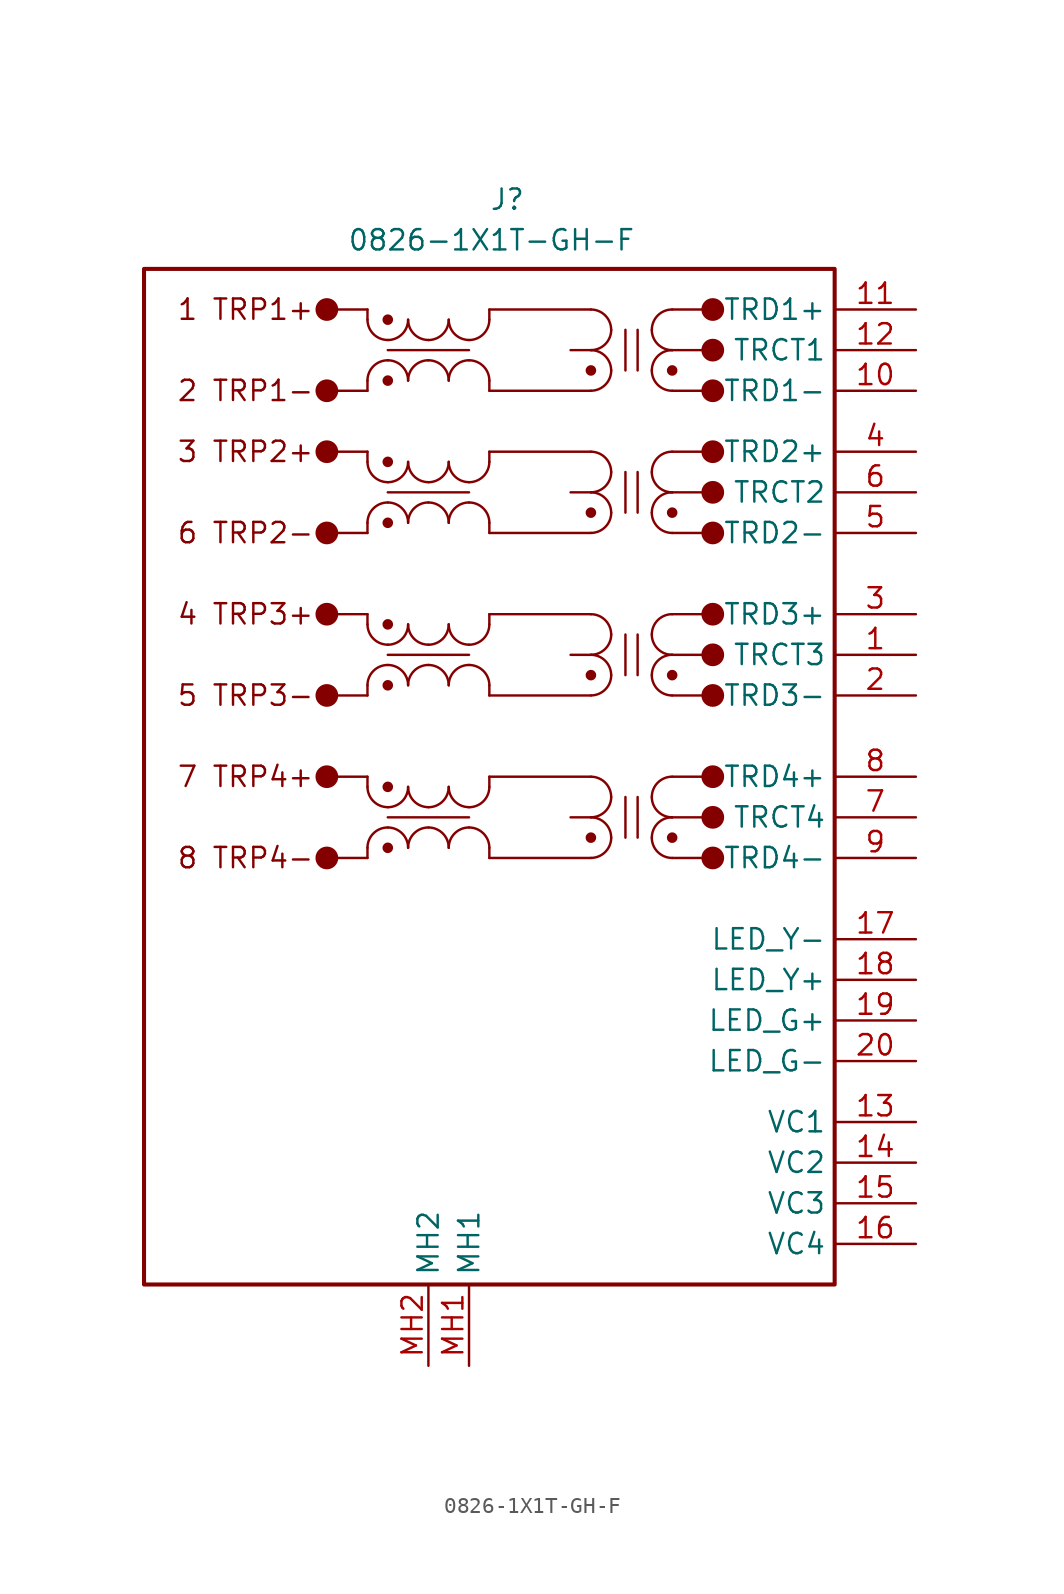
<source format=kicad_sym>
(kicad_symbol_lib
  (version 20220914)
  (generator kicad_symbol_editor)
  (symbol "0826-1X1T-GH-F"
    (property "Reference" "J"
      (at 7.62 7.62 0)
      (effects (font (size 1.27 1.27)) (justify left top)))
    (property "Value" "0826-1X1T-GH-F"
      (at -1.27 5.08 0)
      (effects (font (size 1.27 1.27)) (justify left top)))
    (symbol "0826-1X1T-GH-F_1_0"
      (polyline (pts (xy 0 -34.29) (xy -2.54 -34.29)) (stroke (width 0) (type solid)) (fill (type none)))
      (polyline (pts (xy 0 -34.29) (xy 0 -33.655)) (stroke (width 0) (type solid)) (fill (type none)))
      (polyline (pts (xy 0 -29.21) (xy -2.54 -29.21)) (stroke (width 0) (type solid)) (fill (type none)))
      (polyline (pts (xy 0 -29.21) (xy 0 -29.845)) (stroke (width 0) (type solid)) (fill (type none)))
      (polyline (pts (xy 0 -24.13) (xy -2.54 -24.13)) (stroke (width 0) (type solid)) (fill (type none)))
      (polyline (pts (xy 0 -24.13) (xy 0 -23.495)) (stroke (width 0) (type solid)) (fill (type none)))
      (polyline (pts (xy 0 -19.05) (xy -2.54 -19.05)) (stroke (width 0) (type solid)) (fill (type none)))
      (polyline (pts (xy 0 -19.05) (xy 0 -19.685)) (stroke (width 0) (type solid)) (fill (type none)))
      (polyline (pts (xy 0 -13.97) (xy -2.54 -13.97)) (stroke (width 0) (type solid)) (fill (type none)))
      (polyline (pts (xy 0 -13.97) (xy 0 -13.335)) (stroke (width 0) (type solid)) (fill (type none)))
      (polyline (pts (xy 0 -8.89) (xy -2.54 -8.89)) (stroke (width 0) (type solid)) (fill (type none)))
      (polyline (pts (xy 0 -8.89) (xy 0 -9.525)) (stroke (width 0) (type solid)) (fill (type none)))
      (polyline (pts (xy 0 -5.08) (xy -2.54 -5.08)) (stroke (width 0) (type solid)) (fill (type none)))
      (polyline (pts (xy 0 -5.08) (xy 0 -4.445)) (stroke (width 0) (type solid)) (fill (type none)))
      (polyline (pts (xy 0 0) (xy -2.54 0)) (stroke (width 0) (type solid)) (fill (type none)))
      (polyline (pts (xy 0 0) (xy 0 -0.635)) (stroke (width 0) (type solid)) (fill (type none)))
      (polyline (pts (xy 1.27 -31.75) (xy 6.35 -31.75)) (stroke (width 0) (type solid)) (fill (type none)))
      (polyline (pts (xy 1.27 -21.59) (xy 6.35 -21.59)) (stroke (width 0) (type solid)) (fill (type none)))
      (polyline (pts (xy 1.27 -11.43) (xy 6.35 -11.43)) (stroke (width 0) (type solid)) (fill (type none)))
      (polyline (pts (xy 1.27 -2.54) (xy 6.35 -2.54)) (stroke (width 0) (type solid)) (fill (type none)))
      (polyline (pts (xy 7.62 -34.29) (xy 13.97 -34.29)) (stroke (width 0) (type solid)) (fill (type none)))
      (polyline (pts (xy 7.62 -33.655) (xy 7.62 -34.29)) (stroke (width 0) (type solid)) (fill (type none)))
      (polyline (pts (xy 7.62 -29.845) (xy 7.62 -29.21)) (stroke (width 0) (type solid)) (fill (type none)))
      (polyline (pts (xy 7.62 -29.21) (xy 13.97 -29.21)) (stroke (width 0) (type solid)) (fill (type none)))
      (polyline (pts (xy 7.62 -24.13) (xy 13.97 -24.13)) (stroke (width 0) (type solid)) (fill (type none)))
      (polyline (pts (xy 7.62 -23.495) (xy 7.62 -24.13)) (stroke (width 0) (type solid)) (fill (type none)))
      (polyline (pts (xy 7.62 -19.685) (xy 7.62 -19.05)) (stroke (width 0) (type solid)) (fill (type none)))
      (polyline (pts (xy 7.62 -19.05) (xy 13.97 -19.05)) (stroke (width 0) (type solid)) (fill (type none)))
      (polyline (pts (xy 7.62 -13.97) (xy 13.97 -13.97)) (stroke (width 0) (type solid)) (fill (type none)))
      (polyline (pts (xy 7.62 -13.335) (xy 7.62 -13.97)) (stroke (width 0) (type solid)) (fill (type none)))
      (polyline (pts (xy 7.62 -9.525) (xy 7.62 -8.89)) (stroke (width 0) (type solid)) (fill (type none)))
      (polyline (pts (xy 7.62 -8.89) (xy 13.97 -8.89)) (stroke (width 0) (type solid)) (fill (type none)))
      (polyline (pts (xy 7.62 -5.08) (xy 13.97 -5.08)) (stroke (width 0) (type solid)) (fill (type none)))
      (polyline (pts (xy 7.62 -4.445) (xy 7.62 -5.08)) (stroke (width 0) (type solid)) (fill (type none)))
      (polyline (pts (xy 7.62 -0.635) (xy 7.62 0)) (stroke (width 0) (type solid)) (fill (type none)))
      (polyline (pts (xy 7.62 0) (xy 13.97 0)) (stroke (width 0) (type solid)) (fill (type none)))
      (polyline (pts (xy 13.97 -31.75) (xy 12.7 -31.75)) (stroke (width 0) (type solid)) (fill (type none)))
      (polyline (pts (xy 13.97 -21.59) (xy 12.7 -21.59)) (stroke (width 0) (type solid)) (fill (type none)))
      (polyline (pts (xy 13.97 -11.43) (xy 12.7 -11.43)) (stroke (width 0) (type solid)) (fill (type none)))
      (polyline (pts (xy 13.97 -2.54) (xy 12.7 -2.54)) (stroke (width 0) (type solid)) (fill (type none)))
      (polyline (pts (xy 16.129 -33.02) (xy 16.129 -30.48)) (stroke (width 0) (type solid)) (fill (type none)))
      (polyline (pts (xy 16.129 -22.86) (xy 16.129 -20.32)) (stroke (width 0) (type solid)) (fill (type none)))
      (polyline (pts (xy 16.129 -12.7) (xy 16.129 -10.16)) (stroke (width 0) (type solid)) (fill (type none)))
      (polyline (pts (xy 16.129 -3.81) (xy 16.129 -1.27)) (stroke (width 0) (type solid)) (fill (type none)))
      (polyline (pts (xy 16.891 -33.02) (xy 16.891 -30.48)) (stroke (width 0) (type solid)) (fill (type none)))
      (polyline (pts (xy 16.891 -22.86) (xy 16.891 -20.32)) (stroke (width 0) (type solid)) (fill (type none)))
      (polyline (pts (xy 16.891 -12.7) (xy 16.891 -10.16)) (stroke (width 0) (type solid)) (fill (type none)))
      (polyline (pts (xy 16.891 -3.81) (xy 16.891 -1.27)) (stroke (width 0) (type solid)) (fill (type none)))
      (polyline (pts (xy 19.05 -31.75) (xy 21.59 -31.75)) (stroke (width 0) (type solid)) (fill (type none)))
      (polyline (pts (xy 19.05 -29.21) (xy 21.59 -29.21)) (stroke (width 0) (type solid)) (fill (type none)))
      (polyline (pts (xy 19.05 -21.59) (xy 21.59 -21.59)) (stroke (width 0) (type solid)) (fill (type none)))
      (polyline (pts (xy 19.05 -19.05) (xy 21.59 -19.05)) (stroke (width 0) (type solid)) (fill (type none)))
      (polyline (pts (xy 19.05 -11.43) (xy 21.59 -11.43)) (stroke (width 0) (type solid)) (fill (type none)))
      (polyline (pts (xy 19.05 -8.89) (xy 21.59 -8.89)) (stroke (width 0) (type solid)) (fill (type none)))
      (polyline (pts (xy 19.05 -2.54) (xy 21.59 -2.54)) (stroke (width 0) (type solid)) (fill (type none)))
      (polyline (pts (xy 19.05 0) (xy 21.59 0)) (stroke (width 0) (type solid)) (fill (type none)))
      (polyline (pts (xy 21.59 -34.29) (xy 19.05 -34.29)) (stroke (width 0) (type solid)) (fill (type none)))
      (polyline (pts (xy 21.59 -24.13) (xy 19.05 -24.13)) (stroke (width 0) (type solid)) (fill (type none)))
      (polyline (pts (xy 21.59 -13.97) (xy 19.05 -13.97)) (stroke (width 0) (type solid)) (fill (type none)))
      (polyline (pts (xy 21.59 -5.08) (xy 19.05 -5.08)) (stroke (width 0) (type solid)) (fill (type none))))
    (symbol "0826-1X1T-GH-F_1_1"
      (rectangle (start -13.97 2.54) (end 29.21 -60.96) (stroke (width 0.254) (type default)) (fill (type none)))
      (circle (center -2.54 -34.29) (radius 0.635) (stroke (width 0) (type solid)) (fill (type outline)))
      (circle (center -2.54 -29.21) (radius 0.635) (stroke (width 0) (type solid)) (fill (type outline)))
      (circle (center -2.54 -24.13) (radius 0.635) (stroke (width 0) (type solid)) (fill (type outline)))
      (circle (center -2.54 -19.05) (radius 0.635) (stroke (width 0) (type solid)) (fill (type outline)))
      (circle (center -2.54 -13.97) (radius 0.635) (stroke (width 0) (type solid)) (fill (type outline)))
      (circle (center -2.54 -8.89) (radius 0.635) (stroke (width 0) (type solid)) (fill (type outline)))
      (circle (center -2.54 -5.08) (radius 0.635) (stroke (width 0) (type solid)) (fill (type outline)))
      (circle (center -2.54 0) (radius 0.635) (stroke (width 0) (type solid)) (fill (type outline)))
      (arc (start 0 -29.845) (mid 0.372 -30.743) (end 1.27 -31.115) (stroke (width 0) (type solid)) (fill (type none)))
      (arc (start 0 -19.685) (mid 0.372 -20.583) (end 1.27 -20.955) (stroke (width 0) (type solid)) (fill (type none)))
      (arc (start 0 -9.525) (mid 0.372 -10.423) (end 1.27 -10.795) (stroke (width 0) (type solid)) (fill (type none)))
      (arc (start 0 -0.635) (mid 0.372 -1.533) (end 1.27 -1.905) (stroke (width 0) (type solid)) (fill (type none)))
      (circle (center 1.27 -33.655) (radius 0.254) (stroke (width 0) (type solid)) (fill (type outline)))
      (arc (start 1.27 -32.385) (mid 0.3709 -32.7559) (end 0 -33.655) (stroke (width 0) (type solid)) (fill (type none)))
      (arc (start 1.27 -31.115) (mid 2.1691 -30.7441) (end 2.54 -29.845) (stroke (width 0) (type solid)) (fill (type none)))
      (circle (center 1.27 -29.845) (radius 0.254) (stroke (width 0) (type solid)) (fill (type outline)))
      (circle (center 1.27 -23.495) (radius 0.254) (stroke (width 0) (type solid)) (fill (type outline)))
      (arc (start 1.27 -22.225) (mid 0.3709 -22.5959) (end 0 -23.495) (stroke (width 0) (type solid)) (fill (type none)))
      (arc (start 1.27 -20.955) (mid 2.1691 -20.5841) (end 2.54 -19.685) (stroke (width 0) (type solid)) (fill (type none)))
      (circle (center 1.27 -19.685) (radius 0.254) (stroke (width 0) (type solid)) (fill (type outline)))
      (circle (center 1.27 -13.335) (radius 0.254) (stroke (width 0) (type solid)) (fill (type outline)))
      (arc (start 1.27 -12.065) (mid 0.3709 -12.4359) (end 0 -13.335) (stroke (width 0) (type solid)) (fill (type none)))
      (arc (start 1.27 -10.795) (mid 2.1691 -10.4241) (end 2.54 -9.525) (stroke (width 0) (type solid)) (fill (type none)))
      (circle (center 1.27 -9.525) (radius 0.254) (stroke (width 0) (type solid)) (fill (type outline)))
      (circle (center 1.27 -4.445) (radius 0.254) (stroke (width 0) (type solid)) (fill (type outline)))
      (arc (start 1.27 -3.175) (mid 0.3702 -3.5467) (end 0 -4.445) (stroke (width 0) (type solid)) (fill (type none)))
      (arc (start 1.27 -1.905) (mid 2.1698 -1.5333) (end 2.54 -0.635) (stroke (width 0) (type solid)) (fill (type none)))
      (circle (center 1.27 -0.635) (radius 0.254) (stroke (width 0) (type solid)) (fill (type outline)))
      (arc (start 2.54 -33.655) (mid 2.168 -32.757) (end 1.27 -32.385) (stroke (width 0) (type solid)) (fill (type none)))
      (arc (start 2.54 -29.845) (mid 2.912 -30.743) (end 3.81 -31.115) (stroke (width 0) (type solid)) (fill (type none)))
      (arc (start 2.54 -23.495) (mid 2.168 -22.597) (end 1.27 -22.225) (stroke (width 0) (type solid)) (fill (type none)))
      (arc (start 2.54 -19.685) (mid 2.912 -20.583) (end 3.81 -20.955) (stroke (width 0) (type solid)) (fill (type none)))
      (arc (start 2.54 -13.335) (mid 2.168 -12.437) (end 1.27 -12.065) (stroke (width 0) (type solid)) (fill (type none)))
      (arc (start 2.54 -9.525) (mid 2.912 -10.423) (end 3.81 -10.795) (stroke (width 0) (type solid)) (fill (type none)))
      (arc (start 2.54 -4.445) (mid 2.168 -3.547) (end 1.27 -3.175) (stroke (width 0) (type solid)) (fill (type none)))
      (arc (start 2.54 -0.635) (mid 2.912 -1.533) (end 3.81 -1.905) (stroke (width 0) (type solid)) (fill (type none)))
      (arc (start 3.81 -32.385) (mid 2.9111 -32.7561) (end 2.54 -33.655) (stroke (width 0) (type solid)) (fill (type none)))
      (arc (start 3.81 -31.115) (mid 4.7089 -30.7439) (end 5.08 -29.845) (stroke (width 0) (type solid)) (fill (type none)))
      (arc (start 3.81 -22.225) (mid 2.9111 -22.5961) (end 2.54 -23.495) (stroke (width 0) (type solid)) (fill (type none)))
      (arc (start 3.81 -20.955) (mid 4.7089 -20.5839) (end 5.08 -19.685) (stroke (width 0) (type solid)) (fill (type none)))
      (arc (start 3.81 -12.065) (mid 2.9111 -12.4361) (end 2.54 -13.335) (stroke (width 0) (type solid)) (fill (type none)))
      (arc (start 3.81 -10.795) (mid 4.7089 -10.4239) (end 5.08 -9.525) (stroke (width 0) (type solid)) (fill (type none)))
      (arc (start 3.81 -3.175) (mid 2.9102 -3.5467) (end 2.54 -4.445) (stroke (width 0) (type solid)) (fill (type none)))
      (arc (start 3.81 -1.905) (mid 4.7098 -1.5333) (end 5.08 -0.635) (stroke (width 0) (type solid)) (fill (type none)))
      (arc (start 5.08 -33.655) (mid 4.708 -32.757) (end 3.81 -32.385) (stroke (width 0) (type solid)) (fill (type none)))
      (arc (start 5.08 -29.845) (mid 5.452 -30.743) (end 6.35 -31.115) (stroke (width 0) (type solid)) (fill (type none)))
      (arc (start 5.08 -23.495) (mid 4.708 -22.597) (end 3.81 -22.225) (stroke (width 0) (type solid)) (fill (type none)))
      (arc (start 5.08 -19.685) (mid 5.452 -20.583) (end 6.35 -20.955) (stroke (width 0) (type solid)) (fill (type none)))
      (arc (start 5.08 -13.335) (mid 4.708 -12.437) (end 3.81 -12.065) (stroke (width 0) (type solid)) (fill (type none)))
      (arc (start 5.08 -9.525) (mid 5.452 -10.423) (end 6.35 -10.795) (stroke (width 0) (type solid)) (fill (type none)))
      (arc (start 5.08 -4.445) (mid 4.708 -3.547) (end 3.81 -3.175) (stroke (width 0) (type solid)) (fill (type none)))
      (arc (start 5.08 -0.635) (mid 5.452 -1.533) (end 6.35 -1.905) (stroke (width 0) (type solid)) (fill (type none)))
      (arc (start 6.35 -32.385) (mid 5.4511 -32.7561) (end 5.08 -33.655) (stroke (width 0) (type solid)) (fill (type none)))
      (arc (start 6.35 -31.115) (mid 7.2489 -30.7439) (end 7.62 -29.845) (stroke (width 0) (type solid)) (fill (type none)))
      (arc (start 6.35 -22.225) (mid 5.4511 -22.5961) (end 5.08 -23.495) (stroke (width 0) (type solid)) (fill (type none)))
      (arc (start 6.35 -20.955) (mid 7.2489 -20.5839) (end 7.62 -19.685) (stroke (width 0) (type solid)) (fill (type none)))
      (arc (start 6.35 -12.065) (mid 5.4511 -12.4361) (end 5.08 -13.335) (stroke (width 0) (type solid)) (fill (type none)))
      (arc (start 6.35 -10.795) (mid 7.2489 -10.4239) (end 7.62 -9.525) (stroke (width 0) (type solid)) (fill (type none)))
      (arc (start 6.35 -3.175) (mid 5.4502 -3.5467) (end 5.08 -4.445) (stroke (width 0) (type solid)) (fill (type none)))
      (arc (start 6.35 -1.905) (mid 7.2498 -1.5333) (end 7.62 -0.635) (stroke (width 0) (type solid)) (fill (type none)))
      (arc (start 7.62 -33.655) (mid 7.248 -32.757) (end 6.35 -32.385) (stroke (width 0) (type solid)) (fill (type none)))
      (arc (start 7.62 -23.495) (mid 7.248 -22.597) (end 6.35 -22.225) (stroke (width 0) (type solid)) (fill (type none)))
      (arc (start 7.62 -13.335) (mid 7.248 -12.437) (end 6.35 -12.065) (stroke (width 0) (type solid)) (fill (type none)))
      (arc (start 7.62 -4.445) (mid 7.248 -3.547) (end 6.35 -3.175) (stroke (width 0) (type solid)) (fill (type none)))
      (arc (start 13.97 -34.29) (mid 14.868 -33.918) (end 15.24 -33.02) (stroke (width 0) (type solid)) (fill (type none)))
      (circle (center 13.97 -33.02) (radius 0.254) (stroke (width 0) (type solid)) (fill (type outline)))
      (arc (start 13.97 -31.75) (mid 14.868 -31.378) (end 15.24 -30.48) (stroke (width 0) (type solid)) (fill (type none)))
      (arc (start 13.97 -24.13) (mid 14.868 -23.758) (end 15.24 -22.86) (stroke (width 0) (type solid)) (fill (type none)))
      (circle (center 13.97 -22.86) (radius 0.254) (stroke (width 0) (type solid)) (fill (type outline)))
      (arc (start 13.97 -21.59) (mid 14.868 -21.218) (end 15.24 -20.32) (stroke (width 0) (type solid)) (fill (type none)))
      (arc (start 13.97 -13.97) (mid 14.868 -13.598) (end 15.24 -12.7) (stroke (width 0) (type solid)) (fill (type none)))
      (circle (center 13.97 -12.7) (radius 0.254) (stroke (width 0) (type solid)) (fill (type outline)))
      (arc (start 13.97 -11.43) (mid 14.868 -11.058) (end 15.24 -10.16) (stroke (width 0) (type solid)) (fill (type none)))
      (arc (start 13.97 -5.08) (mid 14.868 -4.708) (end 15.24 -3.81) (stroke (width 0) (type solid)) (fill (type none)))
      (circle (center 13.97 -3.81) (radius 0.254) (stroke (width 0) (type solid)) (fill (type outline)))
      (arc (start 13.97 -2.54) (mid 14.868 -2.168) (end 15.24 -1.27) (stroke (width 0) (type solid)) (fill (type none)))
      (arc (start 15.24 -33.02) (mid 14.868 -32.122) (end 13.97 -31.75) (stroke (width 0) (type solid)) (fill (type none)))
      (arc (start 15.24 -30.48) (mid 14.868 -29.582) (end 13.97 -29.21) (stroke (width 0) (type solid)) (fill (type none)))
      (arc (start 15.24 -22.86) (mid 14.868 -21.962) (end 13.97 -21.59) (stroke (width 0) (type solid)) (fill (type none)))
      (arc (start 15.24 -20.32) (mid 14.868 -19.422) (end 13.97 -19.05) (stroke (width 0) (type solid)) (fill (type none)))
      (arc (start 15.24 -12.7) (mid 14.868 -11.802) (end 13.97 -11.43) (stroke (width 0) (type solid)) (fill (type none)))
      (arc (start 15.24 -10.16) (mid 14.868 -9.262) (end 13.97 -8.89) (stroke (width 0) (type solid)) (fill (type none)))
      (arc (start 15.24 -3.81) (mid 14.868 -2.912) (end 13.97 -2.54) (stroke (width 0) (type solid)) (fill (type none)))
      (arc (start 15.24 -1.27) (mid 14.868 -0.372) (end 13.97 0) (stroke (width 0) (type solid)) (fill (type none)))
      (arc (start 17.78 -33.02) (mid 18.152 -33.918) (end 19.05 -34.29) (stroke (width 0) (type solid)) (fill (type none)))
      (arc (start 17.78 -30.48) (mid 18.152 -31.378) (end 19.05 -31.75) (stroke (width 0) (type solid)) (fill (type none)))
      (arc (start 17.78 -22.86) (mid 18.152 -23.758) (end 19.05 -24.13) (stroke (width 0) (type solid)) (fill (type none)))
      (arc (start 17.78 -20.32) (mid 18.152 -21.218) (end 19.05 -21.59) (stroke (width 0) (type solid)) (fill (type none)))
      (arc (start 17.78 -12.7) (mid 18.152 -13.598) (end 19.05 -13.97) (stroke (width 0) (type solid)) (fill (type none)))
      (arc (start 17.78 -10.16) (mid 18.152 -11.058) (end 19.05 -11.43) (stroke (width 0) (type solid)) (fill (type none)))
      (arc (start 17.78 -3.81) (mid 18.152 -4.708) (end 19.05 -5.08) (stroke (width 0) (type solid)) (fill (type none)))
      (arc (start 17.78 -1.27) (mid 18.152 -2.168) (end 19.05 -2.54) (stroke (width 0) (type solid)) (fill (type none)))
      (circle (center 19.05 -33.02) (radius 0.254) (stroke (width 0) (type solid)) (fill (type outline)))
      (arc (start 19.05 -31.75) (mid 18.152 -32.122) (end 17.78 -33.02) (stroke (width 0) (type solid)) (fill (type none)))
      (arc (start 19.05 -29.21) (mid 18.152 -29.582) (end 17.78 -30.48) (stroke (width 0) (type solid)) (fill (type none)))
      (circle (center 19.05 -22.86) (radius 0.254) (stroke (width 0) (type solid)) (fill (type outline)))
      (arc (start 19.05 -21.59) (mid 18.152 -21.962) (end 17.78 -22.86) (stroke (width 0) (type solid)) (fill (type none)))
      (arc (start 19.05 -19.05) (mid 18.152 -19.422) (end 17.78 -20.32) (stroke (width 0) (type solid)) (fill (type none)))
      (circle (center 19.05 -12.7) (radius 0.254) (stroke (width 0) (type solid)) (fill (type outline)))
      (arc (start 19.05 -11.43) (mid 18.152 -11.802) (end 17.78 -12.7) (stroke (width 0) (type solid)) (fill (type none)))
      (arc (start 19.05 -8.89) (mid 18.152 -9.262) (end 17.78 -10.16) (stroke (width 0) (type solid)) (fill (type none)))
      (circle (center 19.05 -3.81) (radius 0.254) (stroke (width 0) (type solid)) (fill (type outline)))
      (arc (start 19.05 -2.54) (mid 18.152 -2.912) (end 17.78 -3.81) (stroke (width 0) (type solid)) (fill (type none)))
      (arc (start 19.05 0) (mid 18.152 -0.372) (end 17.78 -1.27) (stroke (width 0) (type solid)) (fill (type none)))
      (circle (center 21.59 -34.29) (radius 0.635) (stroke (width 0) (type solid)) (fill (type outline)))
      (circle (center 21.59 -31.75) (radius 0.635) (stroke (width 0) (type solid)) (fill (type outline)))
      (circle (center 21.59 -29.21) (radius 0.635) (stroke (width 0) (type solid)) (fill (type outline)))
      (circle (center 21.59 -24.13) (radius 0.635) (stroke (width 0) (type solid)) (fill (type outline)))
      (circle (center 21.59 -21.59) (radius 0.635) (stroke (width 0) (type solid)) (fill (type outline)))
      (circle (center 21.59 -19.05) (radius 0.635) (stroke (width 0) (type solid)) (fill (type outline)))
      (circle (center 21.59 -13.97) (radius 0.635) (stroke (width 0) (type solid)) (fill (type outline)))
      (circle (center 21.59 -11.43) (radius 0.635) (stroke (width 0) (type solid)) (fill (type outline)))
      (circle (center 21.59 -8.89) (radius 0.635) (stroke (width 0) (type solid)) (fill (type outline)))
      (circle (center 21.59 -5.08) (radius 0.635) (stroke (width 0) (type solid)) (fill (type outline)))
      (circle (center 21.59 -2.54) (radius 0.635) (stroke (width 0) (type solid)) (fill (type outline)))
      (circle (center 21.59 0) (radius 0.635) (stroke (width 0) (type solid)) (fill (type outline)))
      (text "1 TRP1+" (at -7.62 0 0) (effects (font (size 1.27 1.27))))
      (text "2 TRP1-\n" (at -7.62 -5.08 0) (effects (font (size 1.27 1.27))))
      (text "3 TRP2+" (at -7.62 -8.89 0) (effects (font (size 1.27 1.27))))
      (text "4 TRP3+" (at -7.62 -19.05 0) (effects (font (size 1.27 1.27))))
      (text "5 TRP3-\n" (at -7.62 -24.13 0) (effects (font (size 1.27 1.27))))
      (text "6 TRP2-\n" (at -7.62 -13.97 0) (effects (font (size 1.27 1.27))))
      (text "7 TRP4+" (at -7.62 -29.21 0) (effects (font (size 1.27 1.27))))
      (text "8 TRP4-\n" (at -7.62 -34.29 0) (effects (font (size 1.27 1.27))))
      (pin passive line (at 34.29 -21.59 180) (length 5.08) (name "TRCT3" (effects (font (size 1.27 1.27)))) (number "1" (effects (font (size 1.27 1.27)))))
      (pin passive line (at 34.29 -5.08 180) (length 5.08) (name "TRD1-" (effects (font (size 1.27 1.27)))) (number "10" (effects (font (size 1.27 1.27)))))
      (pin passive line (at 34.29 0 180) (length 5.08) (name "TRD1+" (effects (font (size 1.27 1.27)))) (number "11" (effects (font (size 1.27 1.27)))))
      (pin passive line (at 34.29 -2.54 180) (length 5.08) (name "TRCT1" (effects (font (size 1.27 1.27)))) (number "12" (effects (font (size 1.27 1.27)))))
      (pin passive line (at 34.29 -50.8 180) (length 5.08) (name "VC1" (effects (font (size 1.27 1.27)))) (number "13" (effects (font (size 1.27 1.27)))))
      (pin passive line (at 34.29 -53.34 180) (length 5.08) (name "VC2" (effects (font (size 1.27 1.27)))) (number "14" (effects (font (size 1.27 1.27)))))
      (pin passive line (at 34.29 -55.88 180) (length 5.08) (name "VC3" (effects (font (size 1.27 1.27)))) (number "15" (effects (font (size 1.27 1.27)))))
      (pin passive line (at 34.29 -58.42 180) (length 5.08) (name "VC4" (effects (font (size 1.27 1.27)))) (number "16" (effects (font (size 1.27 1.27)))))
      (pin passive line (at 34.29 -39.37 180) (length 5.08) (name "LED_Y-" (effects (font (size 1.27 1.27)))) (number "17" (effects (font (size 1.27 1.27)))))
      (pin passive line (at 34.29 -41.91 180) (length 5.08) (name "LED_Y+" (effects (font (size 1.27 1.27)))) (number "18" (effects (font (size 1.27 1.27)))))
      (pin passive line (at 34.29 -44.45 180) (length 5.08) (name "LED_G+" (effects (font (size 1.27 1.27)))) (number "19" (effects (font (size 1.27 1.27)))))
      (pin passive line (at 34.29 -24.13 180) (length 5.08) (name "TRD3-" (effects (font (size 1.27 1.27)))) (number "2" (effects (font (size 1.27 1.27)))))
      (pin passive line (at 34.29 -46.99 180) (length 5.08) (name "LED_G-" (effects (font (size 1.27 1.27)))) (number "20" (effects (font (size 1.27 1.27)))))
      (pin passive line (at 34.29 -19.05 180) (length 5.08) (name "TRD3+" (effects (font (size 1.27 1.27)))) (number "3" (effects (font (size 1.27 1.27)))))
      (pin passive line (at 34.29 -8.89 180) (length 5.08) (name "TRD2+" (effects (font (size 1.27 1.27)))) (number "4" (effects (font (size 1.27 1.27)))))
      (pin passive line (at 34.29 -13.97 180) (length 5.08) (name "TRD2-" (effects (font (size 1.27 1.27)))) (number "5" (effects (font (size 1.27 1.27)))))
      (pin passive line (at 34.29 -11.43 180) (length 5.08) (name "TRCT2" (effects (font (size 1.27 1.27)))) (number "6" (effects (font (size 1.27 1.27)))))
      (pin passive line (at 34.29 -31.75 180) (length 5.08) (name "TRCT4" (effects (font (size 1.27 1.27)))) (number "7" (effects (font (size 1.27 1.27)))))
      (pin passive line (at 34.29 -29.21 180) (length 5.08) (name "TRD4+" (effects (font (size 1.27 1.27)))) (number "8" (effects (font (size 1.27 1.27)))))
      (pin passive line (at 34.29 -34.29 180) (length 5.08) (name "TRD4-" (effects (font (size 1.27 1.27)))) (number "9" (effects (font (size 1.27 1.27)))))
      (pin passive line (at 6.35 -66.04 90) (length 5.08) (name "MH1" (effects (font (size 1.27 1.27)))) (number "MH1" (effects (font (size 1.27 1.27)))))
      (pin passive line (at 3.81 -66.04 90) (length 5.08) (name "MH2" (effects (font (size 1.27 1.27)))) (number "MH2" (effects (font (size 1.27 1.27))))))))
</source>
